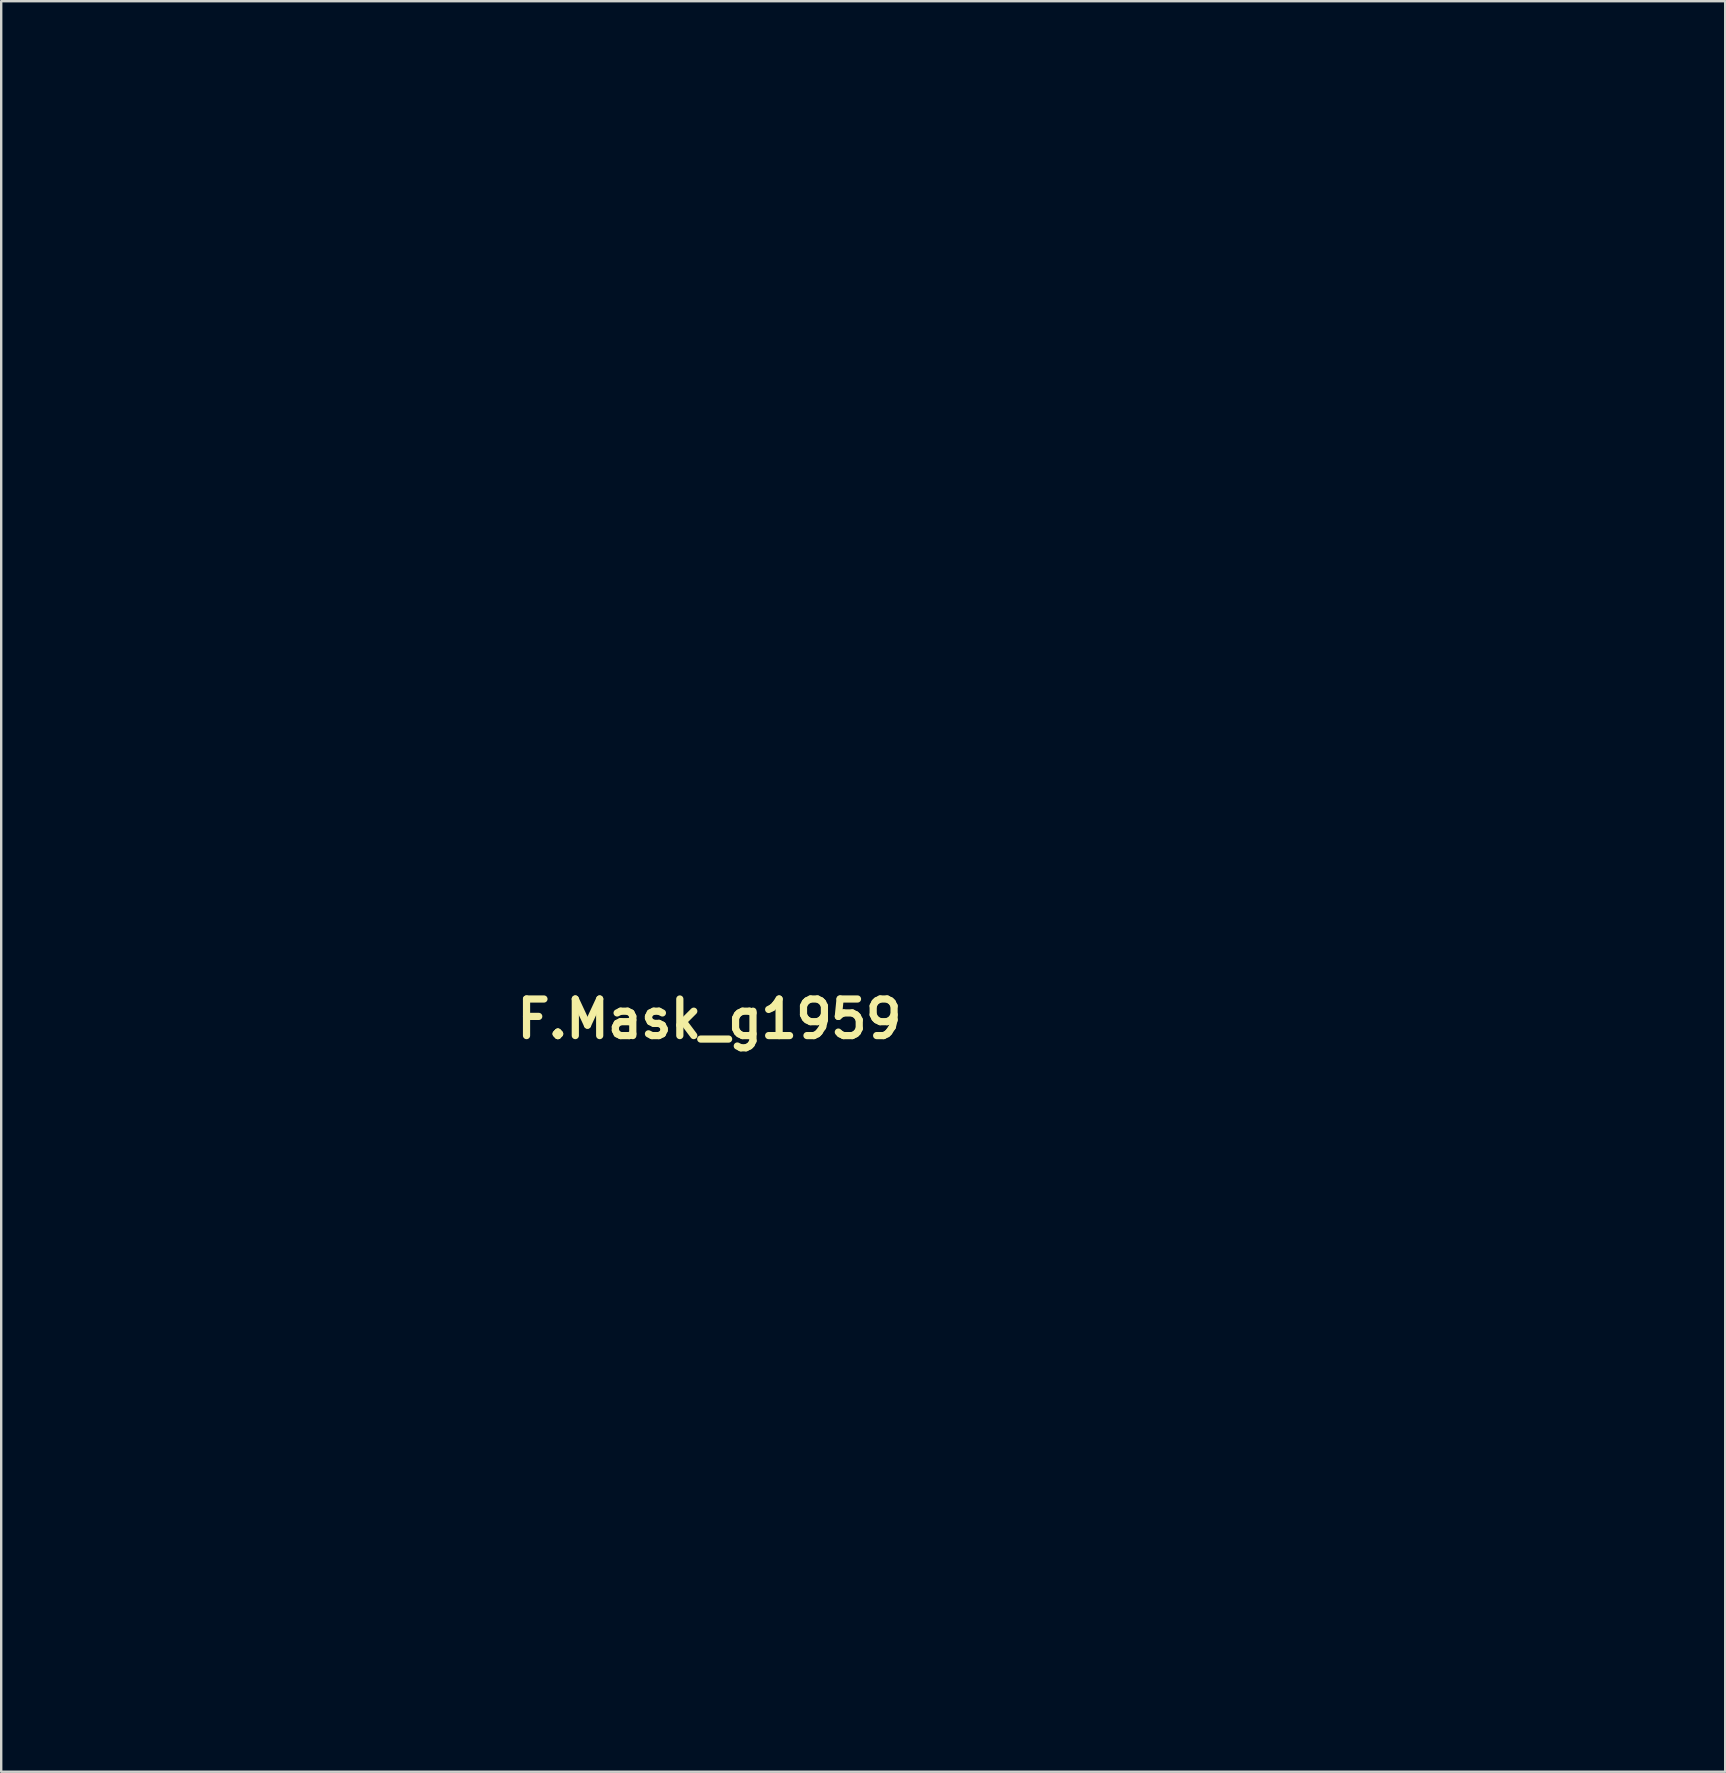
<source format=kicad_pcb>
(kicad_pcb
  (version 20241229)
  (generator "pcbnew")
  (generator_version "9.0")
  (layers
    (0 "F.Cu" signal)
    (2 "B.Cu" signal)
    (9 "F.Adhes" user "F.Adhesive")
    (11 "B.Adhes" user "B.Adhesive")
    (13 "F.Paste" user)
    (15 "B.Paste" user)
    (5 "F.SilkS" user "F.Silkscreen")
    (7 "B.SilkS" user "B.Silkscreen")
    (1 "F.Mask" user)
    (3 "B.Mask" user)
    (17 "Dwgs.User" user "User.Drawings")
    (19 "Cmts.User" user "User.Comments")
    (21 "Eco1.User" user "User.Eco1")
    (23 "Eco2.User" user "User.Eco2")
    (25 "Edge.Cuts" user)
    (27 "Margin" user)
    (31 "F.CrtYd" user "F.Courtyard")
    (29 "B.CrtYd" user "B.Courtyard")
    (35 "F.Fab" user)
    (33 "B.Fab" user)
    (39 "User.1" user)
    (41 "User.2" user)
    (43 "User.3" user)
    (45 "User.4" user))
  (footprint "F.Mask_g1959"
    (layer "F.Cu")
    (at 26.506 39.404)
    (property "Reference" "F.Mask_g1959" (at 0 0 0) (layer "F.SilkS") (effects (font (size 1.524 1.524) (thickness 0.3))))
    (attr through_hole)
    (fp_poly (pts (xy 8.67 -39.356) (xy 9.287 -39.221) (xy 9.42 -39.174) (xy 10.026 -38.91) (xy 10.627 -38.581) (xy 11.243 -38.175) (xy 11.89 -37.677) (xy 12.587 -37.075) (xy 13.353 -36.355) (xy 13.805 -35.907) (xy 14.29 -35.417) (xy 14.704 -34.991) (xy 15.069 -34.6) (xy 15.409 -34.219) (xy 15.746 -33.819) (xy 16.105 -33.374) (xy 16.509 -32.857) (xy 16.98 -32.241) (xy 17.185 -31.969) (xy 17.805 -31.135) (xy 18.344 -30.369) (xy 18.837 -29.617) (xy 19.32 -28.827) (xy 19.828 -27.944) (xy 19.854 -27.898) (xy 20.276 -27.16) (xy 20.684 -26.476) (xy 21.062 -25.869) (xy 21.396 -25.364) (xy 21.67 -24.984) (xy 21.691 -24.957) (xy 21.853 -24.706) (xy 21.873 -24.544) (xy 21.751 -24.472) (xy 21.693 -24.469) (xy 21.502 -24.41) (xy 21.242 -24.255) (xy 20.955 -24.034) (xy 20.682 -23.781) (xy 20.501 -23.572) (xy 20.156 -23.036) (xy 19.924 -22.463) (xy 19.79 -21.811) (xy 19.747 -21.251) (xy 19.738 -20.801) (xy 19.752 -20.465) (xy 19.794 -20.19) (xy 19.87 -19.923) (xy 19.889 -19.869) (xy 20.005 -19.595) (xy 20.165 -19.291) (xy 20.345 -18.997) (xy 20.519 -18.749) (xy 20.663 -18.586) (xy 20.74 -18.542) (xy 20.815 -18.472) (xy 20.907 -18.302) (xy 20.913 -18.286) (xy 21.056 -17.991) (xy 21.275 -17.598) (xy 21.546 -17.147) (xy 21.845 -16.676) (xy 22.148 -16.224) (xy 22.43 -15.831) (xy 22.451 -15.803) (xy 22.672 -15.518) (xy 22.973 -15.137) (xy 23.328 -14.693) (xy 23.711 -14.219) (xy 24.093 -13.75) (xy 24.116 -13.723) (xy 25.186 -12.394) (xy 26.146 -11.146) (xy 27.017 -9.946) (xy 27.819 -8.766) (xy 28.57 -7.575) (xy 29.291 -6.342) (xy 30.001 -5.038) (xy 30.72 -3.632) (xy 30.821 -3.429) (xy 31.114 -2.825) (xy 31.425 -2.166) (xy 31.746 -1.468) (xy 32.07 -0.749) (xy 32.39 -0.024) (xy 32.7 0.688) (xy 32.99 1.371) (xy 33.256 2.008) (xy 33.489 2.582) (xy 33.681 3.077) (xy 33.827 3.474) (xy 33.919 3.758) (xy 33.949 3.911) (xy 33.943 3.931) (xy 33.851 3.948) (xy 33.618 3.974) (xy 33.273 4.005) (xy 32.843 4.039) (xy 32.469 4.066) (xy 31.563 4.138) (xy 30.817 4.219) (xy 30.221 4.309) (xy 29.766 4.411) (xy 29.441 4.526) (xy 29.433 4.53) (xy 29.16 4.71) (xy 28.841 4.995) (xy 28.514 5.346) (xy 28.216 5.721) (xy 27.984 6.078) (xy 27.93 6.184) (xy 27.653 6.95) (xy 27.513 7.792) (xy 27.509 8.687) (xy 27.642 9.611) (xy 27.91 10.542) (xy 28.025 10.838) (xy 28.264 11.35) (xy 28.54 11.834) (xy 28.826 12.247) (xy 29.081 12.531) (xy 29.217 12.672) (xy 29.433 12.917) (xy 29.701 13.233) (xy 29.996 13.59) (xy 30.098 13.716) (xy 30.347 14.02) (xy 30.689 14.427) (xy 31.102 14.913) (xy 31.565 15.455) (xy 32.06 16.028) (xy 32.565 16.609) (xy 32.849 16.933) (xy 33.882 18.121) (xy 34.8 19.201) (xy 35.611 20.182) (xy 36.321 21.075) (xy 36.938 21.889) (xy 37.467 22.635) (xy 37.916 23.322) (xy 38.293 23.959) (xy 38.602 24.559) (xy 38.852 25.129) (xy 39.05 25.68) (xy 39.174 26.112) (xy 39.273 26.6) (xy 39.314 27.046) (xy 39.297 27.416) (xy 39.223 27.676) (xy 39.171 27.748) (xy 39.056 27.843) (xy 38.972 27.818) (xy 38.876 27.69) (xy 38.47 27.218) (xy 37.912 26.759) (xy 37.217 26.321) (xy 36.404 25.913) (xy 35.489 25.545) (xy 34.489 25.226) (xy 34.054 25.11) (xy 32.806 24.856) (xy 31.608 24.732) (xy 30.474 24.737) (xy 29.416 24.871) (xy 28.449 25.132) (xy 27.814 25.399) (xy 27.484 25.572) (xy 27.201 25.739) (xy 27.007 25.872) (xy 26.962 25.912) (xy 26.822 26.037) (xy 26.733 26.077) (xy 26.641 26.023) (xy 26.456 25.876) (xy 26.209 25.66) (xy 26.016 25.483) (xy 25.341 24.921) (xy 24.679 24.512) (xy 24.007 24.242) (xy 23.693 24.163) (xy 23.284 24.096) (xy 22.891 24.076) (xy 22.471 24.108) (xy 21.98 24.195) (xy 21.377 24.34) (xy 21.345 24.348) (xy 20.549 24.556) (xy 20.418 24.364) (xy 20.177 24.061) (xy 19.856 23.719) (xy 19.499 23.383) (xy 19.152 23.094) (xy 18.862 22.896) (xy 18.858 22.894) (xy 18.602 22.765) (xy 18.371 22.69) (xy 18.1 22.656) (xy 17.738 22.648) (xy 17.195 22.69) (xy 16.69 22.825) (xy 16.176 23.069) (xy 15.643 23.417) (xy 15.421 23.571) (xy 15.263 23.669) (xy 15.208 23.691) (xy 15.163 23.604) (xy 15.08 23.441) (xy 14.888 23.207) (xy 14.587 23.073) (xy 14.157 23.029) (xy 14.152 23.029) (xy 13.883 23.047) (xy 13.691 23.124) (xy 13.494 23.296) (xy 13.457 23.333) (xy 13.181 23.593) (xy 12.907 23.774) (xy 12.595 23.89) (xy 12.204 23.955) (xy 11.695 23.984) (xy 11.573 23.986) (xy 11.144 23.99) (xy 10.836 23.98) (xy 10.6 23.948) (xy 10.388 23.887) (xy 10.151 23.79) (xy 10.104 23.769) (xy 9.737 23.625) (xy 9.338 23.501) (xy 9.09 23.443) (xy 8.365 23.225) (xy 7.706 22.852) (xy 7.658 22.817) (xy 7.221 22.574) (xy 6.723 22.461) (xy 6.154 22.479) (xy 5.504 22.629) (xy 4.764 22.911) (xy 4.497 23.033) (xy 4.114 23.195) (xy 3.634 23.369) (xy 3.125 23.531) (xy 2.761 23.632) (xy 2.226 23.756) (xy 1.763 23.83) (xy 1.337 23.849) (xy 0.914 23.808) (xy 0.461 23.703) (xy -0.057 23.53) (xy -0.674 23.284) (xy -1.016 23.138) (xy -1.419 22.975) (xy -1.753 22.875) (xy -2.096 22.82) (xy -2.498 22.793) (xy -3.065 22.795) (xy -3.538 22.867) (xy -3.961 23.028) (xy -4.378 23.296) (xy -4.834 23.687) (xy -4.907 23.756) (xy -5.558 24.378) (xy -6.144 24.286) (xy -6.709 24.235) (xy -7.312 24.242) (xy -7.887 24.304) (xy -8.37 24.417) (xy -8.406 24.429) (xy -8.86 24.664) (xy -9.307 25.032) (xy -9.715 25.502) (xy -10.034 26.012) (xy -10.184 26.299) (xy -10.303 26.523) (xy -10.37 26.644) (xy -10.377 26.656) (xy -10.448 26.62) (xy -10.616 26.5) (xy -10.846 26.32) (xy -10.893 26.282) (xy -11.518 25.841) (xy -12.126 25.559) (xy -12.731 25.436) (xy -13.348 25.47) (xy -13.992 25.663) (xy -14.679 26.013) (xy -14.974 26.202) (xy -15.277 26.4) (xy -15.529 26.557) (xy -15.696 26.651) (xy -15.743 26.67) (xy -15.852 26.638) (xy -16.064 26.555) (xy -16.279 26.463) (xy -17.109 26.141) (xy -17.849 25.954) (xy -18.511 25.905) (xy -19.11 25.996) (xy -19.661 26.229) (xy -20.176 26.608) (xy -20.67 27.134) (xy -20.748 27.231) (xy -20.955 27.496) (xy -23.41 27.889) (xy -24.051 27.991) (xy -24.652 28.087) (xy -25.187 28.173) (xy -25.634 28.245) (xy -25.967 28.298) (xy -26.162 28.33) (xy -26.183 28.333) (xy -26.394 28.355) (xy -26.485 28.318) (xy -26.501 28.243) (xy -26.462 28.116) (xy -26.352 27.859) (xy -26.182 27.494) (xy -25.961 27.04) (xy -25.701 26.518) (xy -25.41 25.946) (xy -25.099 25.347) (xy -24.779 24.738) (xy -24.46 24.141) (xy -24.152 23.575) (xy -23.864 23.06) (xy -23.774 22.902) (xy -22.571 20.882) (xy -21.371 19.018) (xy -20.165 17.301) (xy -18.944 15.719) (xy -17.702 14.259) (xy -16.859 13.351) (xy -16.17 12.609) (xy -15.607 11.941) (xy -15.157 11.324) (xy -14.804 10.738) (xy -14.536 10.159) (xy -14.338 9.566) (xy -14.258 9.245) (xy -14.154 8.448) (xy -14.186 7.652) (xy -14.345 6.883) (xy -14.623 6.168) (xy -15.011 5.535) (xy -15.501 5.01) (xy -15.64 4.898) (xy -15.995 4.655) (xy -16.382 4.447) (xy -16.824 4.268) (xy -17.345 4.109) (xy -17.968 3.965) (xy -18.716 3.827) (xy -19.49 3.706) (xy -20.226 3.598) (xy -19.849 2.709) (xy -9.396 2.709) (xy -9.356 3.153) (xy -9.214 3.497) (xy -8.944 3.793) (xy -8.784 3.918) (xy -8.468 4.163) (xy -8.141 4.446) (xy -7.972 4.607) (xy -7.72 4.838) (xy -7.462 5.039) (xy -7.319 5.131) (xy -7.071 5.333) (xy -6.981 5.522) (xy -6.855 5.768) (xy -6.609 5.9) (xy -6.363 5.927) (xy -6.173 5.958) (xy -6.076 6.03) (xy -5.974 6.097) (xy -5.757 6.135) (xy -5.666 6.138) (xy -5.5 6.144) (xy -5.353 6.166) (xy -5.199 6.215) (xy -5.009 6.307) (xy -4.757 6.453) (xy -4.415 6.666) (xy -3.997 6.933) (xy -3.127 7.493) (xy -3.193 8.255) (xy -3.259 9.536) (xy -3.221 10.702) (xy -3.076 11.774) (xy -2.82 12.775) (xy -2.449 13.724) (xy -2.31 14.012) (xy -2.082 14.431) (xy -1.836 14.796) (xy -1.534 15.163) (xy -1.196 15.521) (xy -0.874 15.835) (xy -0.552 16.12) (xy -0.27 16.344) (xy -0.082 16.466) (xy 0.123 16.58) (xy 0.251 16.695) (xy 0.337 16.859) (xy 0.414 17.123) (xy 0.443 17.243) (xy 0.524 17.63) (xy 0.589 18.038) (xy 0.617 18.31) (xy 0.629 18.59) (xy 0.604 18.762) (xy 0.521 18.885) (xy 0.367 19.013) (xy 0.147 19.245) (xy 0.096 19.48) (xy 0.213 19.722) (xy 0.257 19.773) (xy 0.43 19.957) (xy -0.158 20.545) (xy -0.53 20.947) (xy -0.767 21.287) (xy -0.88 21.593) (xy -0.877 21.891) (xy -0.769 22.21) (xy -0.756 22.238) (xy -0.456 22.676) (xy -0.041 22.994) (xy 0.483 23.192) (xy 1.111 23.27) (xy 1.837 23.227) (xy 2.655 23.063) (xy 3.56 22.778) (xy 4.052 22.586) (xy 4.37 22.448) (xy 4.574 22.333) (xy 4.708 22.203) (xy 4.816 22.021) (xy 4.875 21.897) (xy 5.021 21.419) (xy 5 20.952) (xy 4.851 20.546) (xy 4.781 20.375) (xy 4.807 20.254) (xy 4.948 20.106) (xy 5.094 19.945) (xy 5.164 19.82) (xy 5.165 19.81) (xy 5.115 19.636) (xy 4.996 19.416) (xy 4.855 19.236) (xy 4.751 19.061) (xy 4.802 18.88) (xy 4.932 18.736) (xy 5.374 18.435) (xy 5.858 18.294) (xy 6.369 18.312) (xy 6.893 18.489) (xy 7.303 18.74) (xy 7.478 18.894) (xy 7.518 19.029) (xy 7.424 19.193) (xy 7.313 19.315) (xy 7.13 19.6) (xy 7.112 19.891) (xy 7.259 20.168) (xy 7.282 20.193) (xy 7.473 20.397) (xy 7.24 20.673) (xy 7.096 20.871) (xy 7.041 21.057) (xy 7.051 21.313) (xy 7.055 21.348) (xy 7.126 21.662) (xy 7.247 21.957) (xy 7.289 22.029) (xy 7.454 22.21) (xy 7.712 22.419) (xy 8.015 22.627) (xy 8.318 22.803) (xy 8.574 22.917) (xy 8.704 22.945) (xy 8.929 22.98) (xy 9.288 23.082) (xy 9.763 23.244) (xy 10.075 23.361) (xy 10.585 23.48) (xy 11.156 23.488) (xy 11.723 23.387) (xy 11.96 23.307) (xy 12.248 23.143) (xy 12.468 22.892) (xy 12.644 22.523) (xy 12.734 22.245) (xy 12.816 21.837) (xy 12.796 21.475) (xy 12.666 21.106) (xy 12.428 20.7) (xy 12.272 20.441) (xy 12.189 20.214) (xy 12.156 19.943) (xy 12.151 19.724) (xy 12.142 19.407) (xy 12.104 19.195) (xy 12.016 19.025) (xy 11.874 18.85) (xy 11.672 18.536) (xy 11.6 18.191) (xy 11.661 17.797) (xy 11.856 17.335) (xy 12.074 16.959) (xy 12.533 16.331) (xy 13.007 15.867) (xy 13.414 15.605) (xy 13.705 15.446) (xy 13.95 15.271) (xy 14.173 15.053) (xy 14.4 14.765) (xy 14.656 14.377) (xy 14.915 13.949) (xy 15.246 13.378) (xy 15.507 12.88) (xy 15.706 12.424) (xy 15.849 11.982) (xy 15.941 11.521) (xy 15.989 11.013) (xy 15.999 10.426) (xy 15.978 9.73) (xy 15.933 8.936) (xy 15.9 8.418) (xy 15.882 8.04) (xy 15.889 7.773) (xy 15.93 7.589) (xy 16.016 7.458) (xy 16.156 7.351) (xy 16.36 7.24) (xy 16.528 7.152) (xy 16.848 7.021) (xy 17.164 6.949) (xy 17.258 6.943) (xy 17.593 6.885) (xy 17.803 6.773) (xy 18.076 6.642) (xy 18.344 6.602) (xy 18.637 6.564) (xy 18.95 6.471) (xy 19.01 6.445) (xy 19.322 6.332) (xy 19.668 6.244) (xy 19.745 6.231) (xy 20.21 6.099) (xy 20.561 5.851) (xy 20.822 5.468) (xy 20.882 5.334) (xy 21.03 4.887) (xy 21.063 4.497) (xy 20.979 4.1) (xy 20.837 3.759) (xy 20.586 3.326) (xy 20.297 3.038) (xy 19.939 2.872) (xy 19.552 2.81) (xy 19.07 2.775) (xy 19.027 2.398) (xy 18.935 2.054) (xy 18.76 1.786) (xy 18.531 1.632) (xy 18.397 1.609) (xy 18.212 1.671) (xy 17.957 1.845) (xy 17.771 2.006) (xy 17.531 2.22) (xy 17.355 2.337) (xy 17.19 2.382) (xy 16.983 2.382) (xy 16.695 2.395) (xy 16.466 2.498) (xy 16.35 2.587) (xy 16.178 2.721) (xy 16.067 2.784) (xy 16.051 2.783) (xy 16.02 2.693) (xy 15.959 2.474) (xy 15.876 2.161) (xy 15.804 1.875) (xy 15.673 1.415) (xy 15.507 0.929) (xy 15.336 0.493) (xy 15.264 0.337) (xy 14.944 -0.324) (xy 15.094 -0.649) (xy 15.212 -1.011) (xy 15.201 -1.339) (xy 15.053 -1.663) (xy 14.76 -2.011) (xy 14.645 -2.122) (xy 14.392 -2.364) (xy 14.242 -2.538) (xy 14.167 -2.688) (xy 14.142 -2.856) (xy 14.14 -2.969) (xy 14.167 -3.254) (xy 14.236 -3.611) (xy 14.313 -3.895) (xy 14.413 -4.318) (xy 14.492 -4.855) (xy 14.536 -5.397) (xy 14.566 -5.839) (xy 14.6 -6.131) (xy 14.642 -6.295) (xy 14.696 -6.35) (xy 14.701 -6.35) (xy 14.797 -6.277) (xy 14.861 -6.117) (xy 14.975 -5.601) (xy 15.081 -5.219) (xy 15.192 -4.938) (xy 15.322 -4.725) (xy 15.479 -4.551) (xy 15.779 -4.29) (xy 16.038 -4.141) (xy 16.316 -4.075) (xy 16.551 -4.064) (xy 17.036 -4.139) (xy 17.439 -4.362) (xy 17.757 -4.729) (xy 17.903 -5.015) (xy 18.022 -5.476) (xy 17.979 -5.923) (xy 17.837 -6.273) (xy 17.535 -6.681) (xy 17.135 -6.952) (xy 16.685 -7.077) (xy 16.503 -7.106) (xy 16.367 -7.155) (xy 16.247 -7.251) (xy 16.113 -7.423) (xy 15.934 -7.699) (xy 15.833 -7.862) (xy 15.23 -8.761) (xy 14.624 -9.522) (xy 13.989 -10.172) (xy 13.298 -10.741) (xy 13.252 -10.774) (xy 12.669 -11.142) (xy 11.959 -11.495) (xy 11.163 -11.82) (xy 10.325 -12.103) (xy 9.485 -12.327) (xy 8.687 -12.479) (xy 8.214 -12.532) (xy 7.656 -12.556) (xy 7.039 -12.555) (xy 6.408 -12.53) (xy 5.804 -12.485) (xy 5.27 -12.421) (xy 4.848 -12.343) (xy 4.741 -12.314) (xy 4.066 -12.092) (xy 3.435 -11.846) (xy 2.888 -11.592) (xy 2.466 -11.349) (xy 2.455 -11.341) (xy 1.679 -10.714) (xy 0.975 -9.939) (xy 0.351 -9.028) (xy -0.011 -8.357) (xy -0.162 -8.022) (xy -0.214 -7.805) (xy -0.163 -7.682) (xy -0.005 -7.629) (xy 0.143 -7.621) (xy 0.33 -7.588) (xy 0.365 -7.509) (xy 0.247 -7.413) (xy 0.14 -7.37) (xy -0.237 -7.175) (xy -0.61 -6.855) (xy -0.936 -6.453) (xy -1.054 -6.259) (xy -1.266 -5.712) (xy -1.353 -5.115) (xy -1.316 -4.512) (xy -1.156 -3.95) (xy -0.966 -3.596) (xy -0.834 -3.374) (xy -0.798 -3.217) (xy -0.84 -3.072) (xy -0.901 -2.852) (xy -0.931 -2.576) (xy -0.931 -2.535) (xy -0.95 -2.324) (xy -1.026 -2.149) (xy -1.19 -1.954) (xy -1.312 -1.833) (xy -1.514 -1.62) (xy -1.652 -1.433) (xy -1.693 -1.33) (xy -1.664 -1.176) (xy -1.587 -0.932) (xy -1.524 -0.762) (xy -1.428 -0.497) (xy -1.367 -0.283) (xy -1.355 -0.203) (xy -1.405 -0.077) (xy -1.539 0.134) (xy -1.727 0.384) (xy -1.742 0.402) (xy -1.963 0.69) (xy -2.161 0.975) (xy -2.284 1.182) (xy -2.417 1.527) (xy -2.527 1.976) (xy -2.602 2.462) (xy -2.628 2.873) (xy -2.632 3.26) (xy -2.946 2.912) (xy -3.203 2.67) (xy -3.495 2.454) (xy -3.62 2.381) (xy -3.88 2.21) (xy -3.979 2.048) (xy -3.979 2.034) (xy -4.055 1.812) (xy -4.244 1.636) (xy -4.491 1.549) (xy -4.614 1.55) (xy -4.916 1.544) (xy -5.103 1.423) (xy -5.165 1.204) (xy -5.22 0.937) (xy -5.359 0.666) (xy -5.542 0.457) (xy -5.671 0.382) (xy -5.909 0.39) (xy -6.159 0.547) (xy -6.397 0.834) (xy -6.445 0.914) (xy -6.629 1.234) (xy -7.019 1.036) (xy -7.378 0.903) (xy -7.727 0.895) (xy -8.113 1.013) (xy -8.295 1.099) (xy -8.721 1.392) (xy -9.065 1.777) (xy -9.298 2.214) (xy -9.395 2.664) (xy -9.396 2.709) (xy -19.849 2.709) (xy -19.723 2.413) (xy -19.407 1.696) (xy -19.023 0.871) (xy -18.59 -0.026) (xy -18.126 -0.957) (xy -17.65 -1.888) (xy -17.18 -2.782) (xy -16.734 -3.602) (xy -16.331 -4.312) (xy -16.228 -4.487) (xy -15.229 -6.109) (xy -14.153 -7.741) (xy -12.985 -9.408) (xy -11.706 -11.136) (xy -10.944 -12.128) (xy -10.582 -12.595) (xy -10.219 -13.063) (xy -9.882 -13.499) (xy -9.598 -13.87) (xy -9.392 -14.139) (xy -9.153 -14.442) (xy -8.838 -14.826) (xy -8.483 -15.246) (xy -8.127 -15.658) (xy -8.047 -15.748) (xy -7.431 -16.469) (xy -6.938 -17.112) (xy -6.555 -17.701) (xy -6.272 -18.261) (xy -6.076 -18.817) (xy -5.955 -19.393) (xy -5.899 -20.015) (xy -5.892 -20.32) (xy -5.896 -20.815) (xy -5.921 -21.197) (xy -5.973 -21.522) (xy -6.058 -21.846) (xy -6.072 -21.889) (xy -6.293 -22.433) (xy -6.59 -22.933) (xy -6.934 -23.348) (xy -7.274 -23.622) (xy -7.576 -23.804) (xy -7.749 -23.93) (xy -7.805 -24.043) (xy -7.754 -24.182) (xy -7.609 -24.389) (xy -7.516 -24.514) (xy -7.381 -24.701) (xy -7.163 -25.007) (xy -6.876 -25.413) (xy -6.533 -25.899) (xy -6.148 -26.445) (xy -5.736 -27.032) (xy -5.35 -27.583) (xy -4.488 -28.808) (xy -3.705 -29.902) (xy -2.992 -30.881) (xy -2.336 -31.757) (xy -1.727 -32.543) (xy -1.156 -33.254) (xy -0.61 -33.903) (xy -0.08 -34.504) (xy 0.445 -35.069) (xy 0.977 -35.613) (xy 1.011 -35.646) (xy 2.007 -36.577) (xy 3.007 -37.389) (xy 3.998 -38.073) (xy 4.966 -38.622) (xy 5.897 -39.026) (xy 6.477 -39.207) (xy 7.22 -39.349) (xy 7.966 -39.399) (xy 8.67 -39.356)) (stroke (width 0.01) (type solid)) (fill yes) (layer "F.Mask")))
  (gr_rect
    (start -3 -3)
    (end 68.824 70.763)
    (stroke (width 0.1) (type default))
    (fill no)
    (layer "Edge.Cuts")))
</source>
